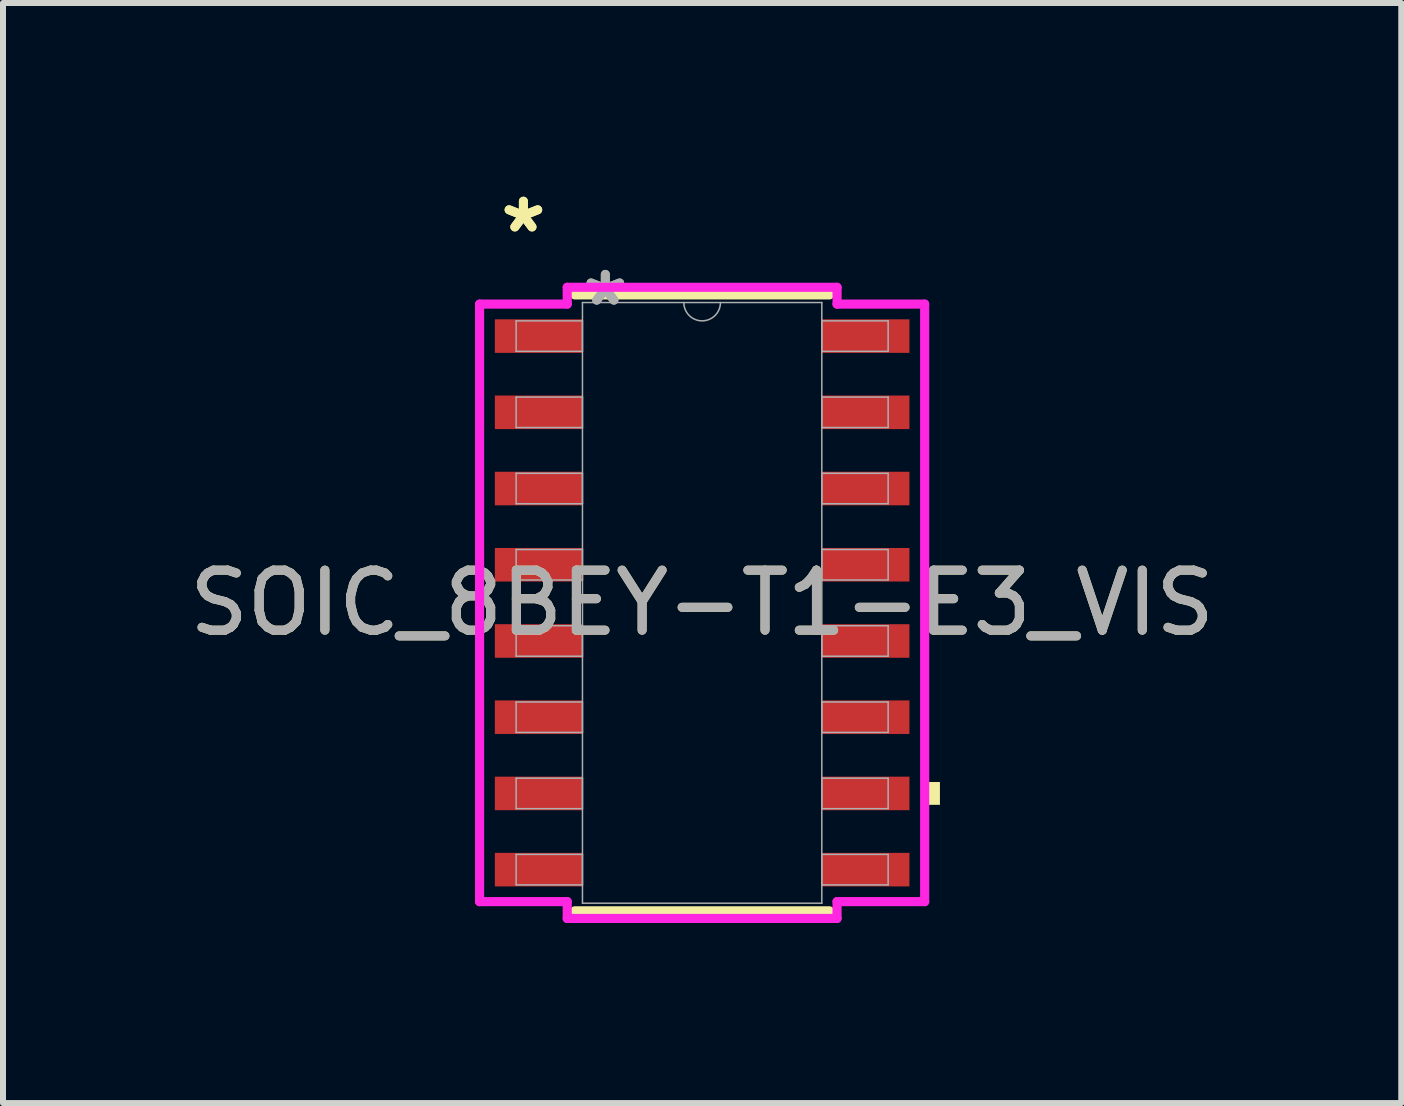
<source format=kicad_pcb>
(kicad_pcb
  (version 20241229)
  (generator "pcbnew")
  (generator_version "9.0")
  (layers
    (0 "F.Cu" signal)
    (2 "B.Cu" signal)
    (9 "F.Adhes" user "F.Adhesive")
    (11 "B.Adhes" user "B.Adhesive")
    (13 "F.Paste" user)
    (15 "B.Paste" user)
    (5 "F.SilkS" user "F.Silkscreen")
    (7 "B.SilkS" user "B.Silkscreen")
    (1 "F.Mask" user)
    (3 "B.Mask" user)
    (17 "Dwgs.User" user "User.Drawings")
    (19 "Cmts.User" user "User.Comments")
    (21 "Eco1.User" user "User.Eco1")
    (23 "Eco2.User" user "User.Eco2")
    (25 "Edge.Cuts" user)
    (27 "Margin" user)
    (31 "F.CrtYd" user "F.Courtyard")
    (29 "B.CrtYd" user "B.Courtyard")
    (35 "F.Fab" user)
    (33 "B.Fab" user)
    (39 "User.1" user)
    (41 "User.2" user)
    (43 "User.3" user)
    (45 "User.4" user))
  (footprint "SOIC_8BEY-T1-E3_VIS"
    (layer "F.Cu")
    (at 8.649 6.995)
    (property "Reference" "SOIC_8BEY-T1-E3_VIS" (at 0 0 0) (unlocked yes) (layer "F.SilkS") (effects (font (size 1 1) (thickness 0.15))))
    (attr smd)
    (fp_line (start -2.121 5.131) (end 2.121 5.131) (stroke (width 0.152) (type solid)) (layer "F.SilkS"))
    (fp_line (start 2.121 -5.131) (end -2.121 -5.131) (stroke (width 0.152) (type solid)) (layer "F.SilkS"))
    (fp_poly (pts (xy 3.962 2.985) (xy 3.962 3.365) (xy 3.708 3.365) (xy 3.708 2.985)) (stroke (width 0) (type solid)) (fill yes) (layer "F.SilkS"))
    (fp_line (start -3.708 -4.978) (end -2.248 -4.978) (stroke (width 0.152) (type solid)) (layer "F.CrtYd"))
    (fp_line (start -3.708 4.978) (end -3.708 -4.978) (stroke (width 0.152) (type solid)) (layer "F.CrtYd"))
    (fp_line (start -3.708 4.978) (end -2.248 4.978) (stroke (width 0.152) (type solid)) (layer "F.CrtYd"))
    (fp_line (start -2.248 -5.258) (end 2.248 -5.258) (stroke (width 0.152) (type solid)) (layer "F.CrtYd"))
    (fp_line (start -2.248 -4.978) (end -2.248 -5.258) (stroke (width 0.152) (type solid)) (layer "F.CrtYd"))
    (fp_line (start -2.248 5.258) (end -2.248 4.978) (stroke (width 0.152) (type solid)) (layer "F.CrtYd"))
    (fp_line (start 2.248 -5.258) (end 2.248 -4.978) (stroke (width 0.152) (type solid)) (layer "F.CrtYd"))
    (fp_line (start 2.248 4.978) (end 2.248 5.258) (stroke (width 0.152) (type solid)) (layer "F.CrtYd"))
    (fp_line (start 2.248 5.258) (end -2.248 5.258) (stroke (width 0.152) (type solid)) (layer "F.CrtYd"))
    (fp_line (start 3.708 -4.978) (end 2.248 -4.978) (stroke (width 0.152) (type solid)) (layer "F.CrtYd"))
    (fp_line (start 3.708 -4.978) (end 3.708 4.978) (stroke (width 0.152) (type solid)) (layer "F.CrtYd"))
    (fp_line (start 3.708 4.978) (end 2.248 4.978) (stroke (width 0.152) (type solid)) (layer "F.CrtYd"))
    (fp_line (start -3.099 -4.699) (end -3.099 -4.191) (stroke (width 0.025) (type solid)) (layer "F.Fab"))
    (fp_line (start -3.099 -4.191) (end -1.994 -4.191) (stroke (width 0.025) (type solid)) (layer "F.Fab"))
    (fp_line (start -3.099 -3.429) (end -3.099 -2.921) (stroke (width 0.025) (type solid)) (layer "F.Fab"))
    (fp_line (start -3.099 -2.921) (end -1.994 -2.921) (stroke (width 0.025) (type solid)) (layer "F.Fab"))
    (fp_line (start -3.099 -2.159) (end -3.099 -1.651) (stroke (width 0.025) (type solid)) (layer "F.Fab"))
    (fp_line (start -3.099 -1.651) (end -1.994 -1.651) (stroke (width 0.025) (type solid)) (layer "F.Fab"))
    (fp_line (start -3.099 -0.889) (end -3.099 -0.381) (stroke (width 0.025) (type solid)) (layer "F.Fab"))
    (fp_line (start -3.099 -0.381) (end -1.994 -0.381) (stroke (width 0.025) (type solid)) (layer "F.Fab"))
    (fp_line (start -3.099 0.381) (end -3.099 0.889) (stroke (width 0.025) (type solid)) (layer "F.Fab"))
    (fp_line (start -3.099 0.889) (end -1.994 0.889) (stroke (width 0.025) (type solid)) (layer "F.Fab"))
    (fp_line (start -3.099 1.651) (end -3.099 2.159) (stroke (width 0.025) (type solid)) (layer "F.Fab"))
    (fp_line (start -3.099 2.159) (end -1.994 2.159) (stroke (width 0.025) (type solid)) (layer "F.Fab"))
    (fp_line (start -3.099 2.921) (end -3.099 3.429) (stroke (width 0.025) (type solid)) (layer "F.Fab"))
    (fp_line (start -3.099 3.429) (end -1.994 3.429) (stroke (width 0.025) (type solid)) (layer "F.Fab"))
    (fp_line (start -3.099 4.191) (end -3.099 4.699) (stroke (width 0.025) (type solid)) (layer "F.Fab"))
    (fp_line (start -3.099 4.699) (end -1.994 4.699) (stroke (width 0.025) (type solid)) (layer "F.Fab"))
    (fp_line (start -1.994 -5.004) (end -1.994 5.004) (stroke (width 0.025) (type solid)) (layer "F.Fab"))
    (fp_line (start -1.994 -4.699) (end -3.099 -4.699) (stroke (width 0.025) (type solid)) (layer "F.Fab"))
    (fp_line (start -1.994 -4.191) (end -1.994 -4.699) (stroke (width 0.025) (type solid)) (layer "F.Fab"))
    (fp_line (start -1.994 -3.429) (end -3.099 -3.429) (stroke (width 0.025) (type solid)) (layer "F.Fab"))
    (fp_line (start -1.994 -2.921) (end -1.994 -3.429) (stroke (width 0.025) (type solid)) (layer "F.Fab"))
    (fp_line (start -1.994 -2.159) (end -3.099 -2.159) (stroke (width 0.025) (type solid)) (layer "F.Fab"))
    (fp_line (start -1.994 -1.651) (end -1.994 -2.159) (stroke (width 0.025) (type solid)) (layer "F.Fab"))
    (fp_line (start -1.994 -0.889) (end -3.099 -0.889) (stroke (width 0.025) (type solid)) (layer "F.Fab"))
    (fp_line (start -1.994 -0.381) (end -1.994 -0.889) (stroke (width 0.025) (type solid)) (layer "F.Fab"))
    (fp_line (start -1.994 0.381) (end -3.099 0.381) (stroke (width 0.025) (type solid)) (layer "F.Fab"))
    (fp_line (start -1.994 0.889) (end -1.994 0.381) (stroke (width 0.025) (type solid)) (layer "F.Fab"))
    (fp_line (start -1.994 1.651) (end -3.099 1.651) (stroke (width 0.025) (type solid)) (layer "F.Fab"))
    (fp_line (start -1.994 2.159) (end -1.994 1.651) (stroke (width 0.025) (type solid)) (layer "F.Fab"))
    (fp_line (start -1.994 2.921) (end -3.099 2.921) (stroke (width 0.025) (type solid)) (layer "F.Fab"))
    (fp_line (start -1.994 3.429) (end -1.994 2.921) (stroke (width 0.025) (type solid)) (layer "F.Fab"))
    (fp_line (start -1.994 4.191) (end -3.099 4.191) (stroke (width 0.025) (type solid)) (layer "F.Fab"))
    (fp_line (start -1.994 4.699) (end -1.994 4.191) (stroke (width 0.025) (type solid)) (layer "F.Fab"))
    (fp_line (start -1.994 5.004) (end 1.994 5.004) (stroke (width 0.025) (type solid)) (layer "F.Fab"))
    (fp_line (start 1.994 -5.004) (end -1.994 -5.004) (stroke (width 0.025) (type solid)) (layer "F.Fab"))
    (fp_line (start 1.994 -4.699) (end 1.994 -4.191) (stroke (width 0.025) (type solid)) (layer "F.Fab"))
    (fp_line (start 1.994 -4.191) (end 3.099 -4.191) (stroke (width 0.025) (type solid)) (layer "F.Fab"))
    (fp_line (start 1.994 -3.429) (end 1.994 -2.921) (stroke (width 0.025) (type solid)) (layer "F.Fab"))
    (fp_line (start 1.994 -2.921) (end 3.099 -2.921) (stroke (width 0.025) (type solid)) (layer "F.Fab"))
    (fp_line (start 1.994 -2.159) (end 1.994 -1.651) (stroke (width 0.025) (type solid)) (layer "F.Fab"))
    (fp_line (start 1.994 -1.651) (end 3.099 -1.651) (stroke (width 0.025) (type solid)) (layer "F.Fab"))
    (fp_line (start 1.994 -0.889) (end 1.994 -0.381) (stroke (width 0.025) (type solid)) (layer "F.Fab"))
    (fp_line (start 1.994 -0.381) (end 3.099 -0.381) (stroke (width 0.025) (type solid)) (layer "F.Fab"))
    (fp_line (start 1.994 0.381) (end 1.994 0.889) (stroke (width 0.025) (type solid)) (layer "F.Fab"))
    (fp_line (start 1.994 0.889) (end 3.099 0.889) (stroke (width 0.025) (type solid)) (layer "F.Fab"))
    (fp_line (start 1.994 1.651) (end 1.994 2.159) (stroke (width 0.025) (type solid)) (layer "F.Fab"))
    (fp_line (start 1.994 2.159) (end 3.099 2.159) (stroke (width 0.025) (type solid)) (layer "F.Fab"))
    (fp_line (start 1.994 2.921) (end 1.994 3.429) (stroke (width 0.025) (type solid)) (layer "F.Fab"))
    (fp_line (start 1.994 3.429) (end 3.099 3.429) (stroke (width 0.025) (type solid)) (layer "F.Fab"))
    (fp_line (start 1.994 4.191) (end 1.994 4.699) (stroke (width 0.025) (type solid)) (layer "F.Fab"))
    (fp_line (start 1.994 4.699) (end 3.099 4.699) (stroke (width 0.025) (type solid)) (layer "F.Fab"))
    (fp_line (start 1.994 5.004) (end 1.994 -5.004) (stroke (width 0.025) (type solid)) (layer "F.Fab"))
    (fp_line (start 3.099 -4.699) (end 1.994 -4.699) (stroke (width 0.025) (type solid)) (layer "F.Fab"))
    (fp_line (start 3.099 -4.191) (end 3.099 -4.699) (stroke (width 0.025) (type solid)) (layer "F.Fab"))
    (fp_line (start 3.099 -3.429) (end 1.994 -3.429) (stroke (width 0.025) (type solid)) (layer "F.Fab"))
    (fp_line (start 3.099 -2.921) (end 3.099 -3.429) (stroke (width 0.025) (type solid)) (layer "F.Fab"))
    (fp_line (start 3.099 -2.159) (end 1.994 -2.159) (stroke (width 0.025) (type solid)) (layer "F.Fab"))
    (fp_line (start 3.099 -1.651) (end 3.099 -2.159) (stroke (width 0.025) (type solid)) (layer "F.Fab"))
    (fp_line (start 3.099 -0.889) (end 1.994 -0.889) (stroke (width 0.025) (type solid)) (layer "F.Fab"))
    (fp_line (start 3.099 -0.381) (end 3.099 -0.889) (stroke (width 0.025) (type solid)) (layer "F.Fab"))
    (fp_line (start 3.099 0.381) (end 1.994 0.381) (stroke (width 0.025) (type solid)) (layer "F.Fab"))
    (fp_line (start 3.099 0.889) (end 3.099 0.381) (stroke (width 0.025) (type solid)) (layer "F.Fab"))
    (fp_line (start 3.099 1.651) (end 1.994 1.651) (stroke (width 0.025) (type solid)) (layer "F.Fab"))
    (fp_line (start 3.099 2.159) (end 3.099 1.651) (stroke (width 0.025) (type solid)) (layer "F.Fab"))
    (fp_line (start 3.099 2.921) (end 1.994 2.921) (stroke (width 0.025) (type solid)) (layer "F.Fab"))
    (fp_line (start 3.099 3.429) (end 3.099 2.921) (stroke (width 0.025) (type solid)) (layer "F.Fab"))
    (fp_line (start 3.099 4.191) (end 1.994 4.191) (stroke (width 0.025) (type solid)) (layer "F.Fab"))
    (fp_line (start 3.099 4.699) (end 3.099 4.191) (stroke (width 0.025) (type solid)) (layer "F.Fab"))
    (fp_arc (start 0.3048 -5.0038) (mid 0 -4.699) (end -0.3048 -5.0038) (stroke (width 0.0254) (type solid)) (layer "F.Fab"))
    (fp_text user "*" (at -2.978 -6.147 0) (layer "F.SilkS") (effects (font (size 1 1) (thickness 0.15))))
    (fp_text user "*" (at -2.978 -6.147 0) (unlocked yes) (layer "F.SilkS") (effects (font (size 1 1) (thickness 0.15))))
    (fp_text user "*" (at -1.613 -4.928 0) (unlocked yes) (layer "F.Fab") (effects (font (size 1 1) (thickness 0.15))))
    (fp_text user "*" (at -1.613 -4.928 0) (layer "F.Fab") (effects (font (size 1 1) (thickness 0.15))))
    (fp_text user "${REFERENCE}" (at 0 0 0) (unlocked yes) (layer "F.Fab") (effects (font (size 1 1) (thickness 0.15))))
    (pad "1" smd rect (at -2.724 -4.445) (size 1.46 0.559) (layers "F.Cu" "F.Mask" "F.Paste"))
    (pad "2" smd rect (at -2.724 -3.175) (size 1.46 0.559) (layers "F.Cu" "F.Mask" "F.Paste"))
    (pad "3" smd rect (at -2.724 -1.905) (size 1.46 0.559) (layers "F.Cu" "F.Mask" "F.Paste"))
    (pad "4" smd rect (at -2.724 -0.635) (size 1.46 0.559) (layers "F.Cu" "F.Mask" "F.Paste"))
    (pad "5" smd rect (at -2.724 0.635) (size 1.46 0.559) (layers "F.Cu" "F.Mask" "F.Paste"))
    (pad "6" smd rect (at -2.724 1.905) (size 1.46 0.559) (layers "F.Cu" "F.Mask" "F.Paste"))
    (pad "7" smd rect (at -2.724 3.175) (size 1.46 0.559) (layers "F.Cu" "F.Mask" "F.Paste"))
    (pad "8" smd rect (at -2.724 4.445) (size 1.46 0.559) (layers "F.Cu" "F.Mask" "F.Paste"))
    (pad "9" smd rect (at 2.724 4.445) (size 1.46 0.559) (layers "F.Cu" "F.Mask" "F.Paste"))
    (pad "10" smd rect (at 2.724 3.175) (size 1.46 0.559) (layers "F.Cu" "F.Mask" "F.Paste"))
    (pad "11" smd rect (at 2.724 1.905) (size 1.46 0.559) (layers "F.Cu" "F.Mask" "F.Paste"))
    (pad "12" smd rect (at 2.724 0.635) (size 1.46 0.559) (layers "F.Cu" "F.Mask" "F.Paste"))
    (pad "13" smd rect (at 2.724 -0.635) (size 1.46 0.559) (layers "F.Cu" "F.Mask" "F.Paste"))
    (pad "14" smd rect (at 2.724 -1.905) (size 1.46 0.559) (layers "F.Cu" "F.Mask" "F.Paste"))
    (pad "15" smd rect (at 2.724 -3.175) (size 1.46 0.559) (layers "F.Cu" "F.Mask" "F.Paste"))
    (pad "16" smd rect (at 2.724 -4.445) (size 1.46 0.559) (layers "F.Cu" "F.Mask" "F.Paste")))
  (gr_rect
    (start -3 -3)
    (end 20.298 15.329)
    (stroke (width 0.1) (type default))
    (fill no)
    (layer "Edge.Cuts")))
</source>
